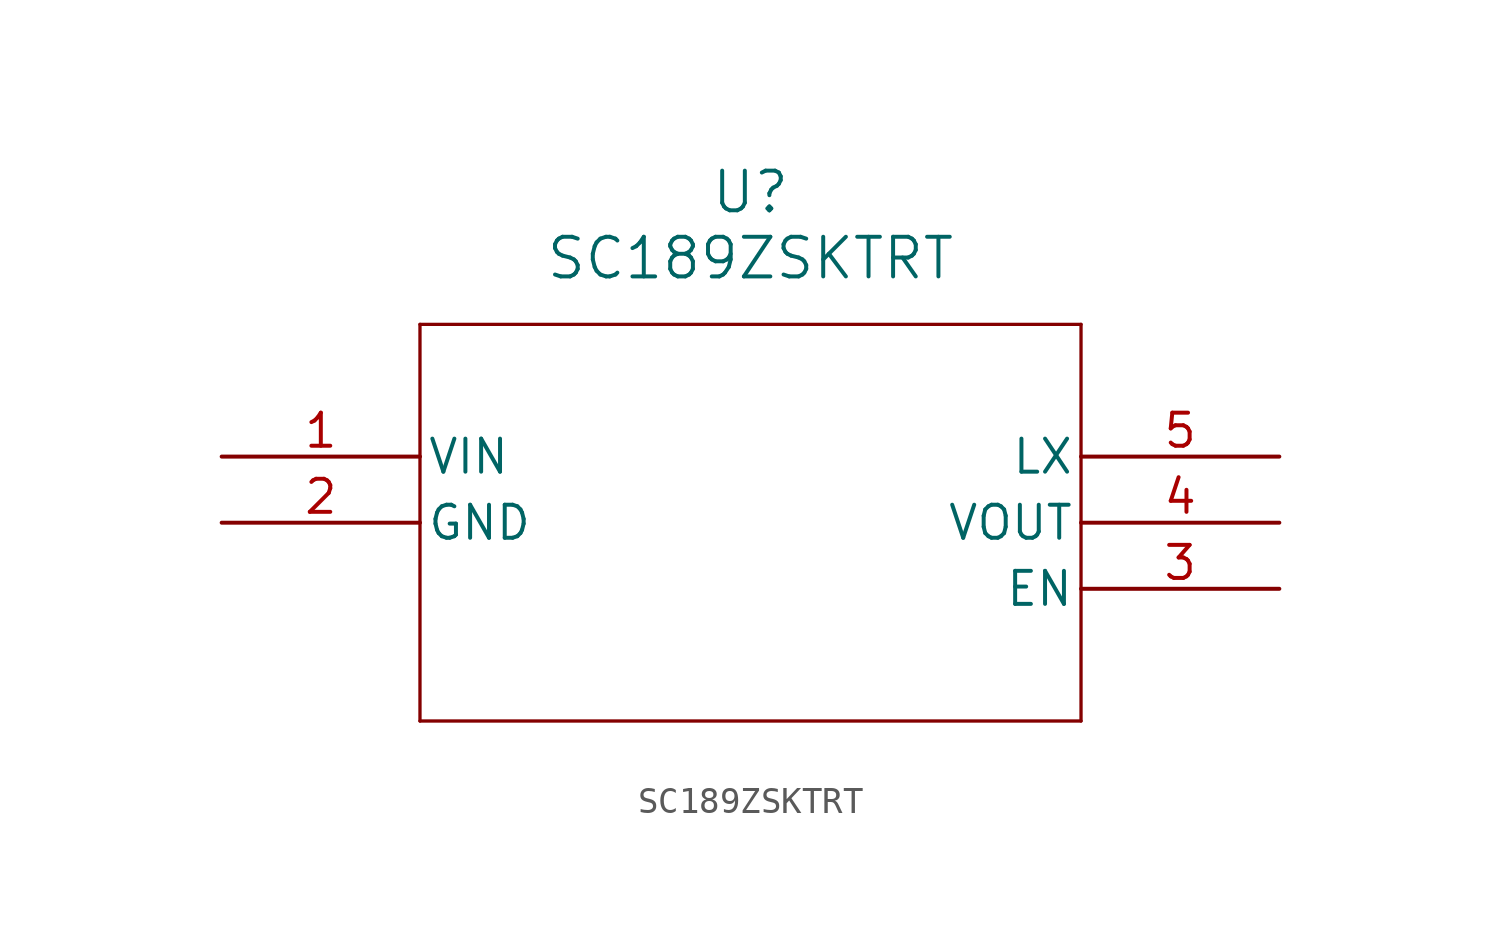
<source format=kicad_sym>
(kicad_symbol_lib
  (version 20211014)
  (generator kicad_symbol_editor)
  (symbol "SC189ZSKTRT"
    (pin_names
      (offset 0.254))
    (property "Reference" "U"
      (at 20.32 10.16 0)
      (effects (font (size 1.524 1.524))))
    (property "Value" "SC189ZSKTRT"
      (at 20.32 7.62 0)
      (effects (font (size 1.524 1.524))))
    (symbol "SC189ZSKTRT_0_1"
      (polyline (pts (xy 7.62 5.08) (xy 7.62 -10.16)) (stroke (width 0.127) (type default) (color 0 0 0 0)) (fill (type none)))
      (polyline (pts (xy 7.62 -10.16) (xy 33.02 -10.16)) (stroke (width 0.127) (type default) (color 0 0 0 0)) (fill (type none)))
      (polyline (pts (xy 33.02 -10.16) (xy 33.02 5.08)) (stroke (width 0.127) (type default) (color 0 0 0 0)) (fill (type none)))
      (polyline (pts (xy 33.02 5.08) (xy 7.62 5.08)) (stroke (width 0.127) (type default) (color 0 0 0 0)) (fill (type none)))
      (pin power_in line (at 0 0 0) (length 7.62) (name "VIN" (effects (font (size 1.27 1.27)))) (number "1" (effects (font (size 1.27 1.27)))))
      (pin power_out line (at 0 -2.54 0) (length 7.62) (name "GND" (effects (font (size 1.27 1.27)))) (number "2" (effects (font (size 1.27 1.27)))))
      (pin unspecified line (at 40.64 -5.08 180) (length 7.62) (name "EN" (effects (font (size 1.27 1.27)))) (number "3" (effects (font (size 1.27 1.27)))))
      (pin output line (at 40.64 -2.54 180) (length 7.62) (name "VOUT" (effects (font (size 1.27 1.27)))) (number "4" (effects (font (size 1.27 1.27)))))
      (pin unspecified line (at 40.64 0 180) (length 7.62) (name "LX" (effects (font (size 1.27 1.27)))) (number "5" (effects (font (size 1.27 1.27))))))))
</source>
